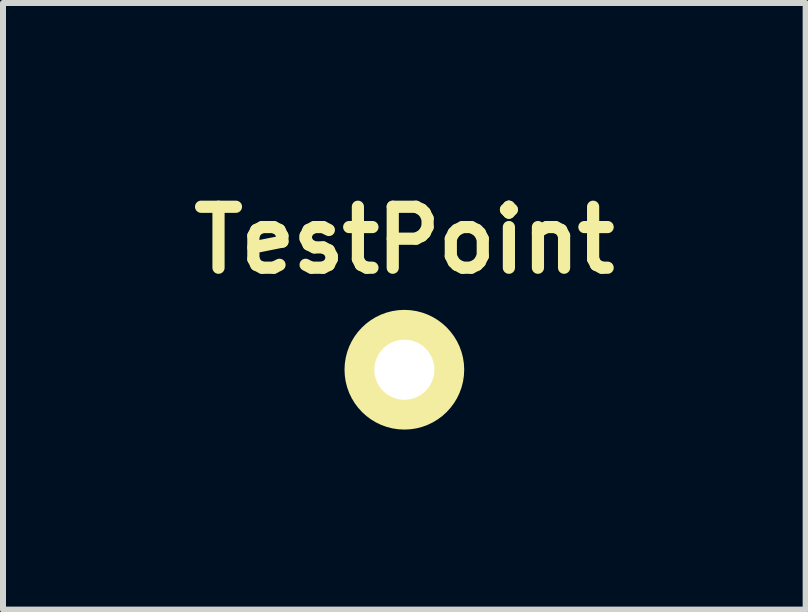
<source format=kicad_pcb>
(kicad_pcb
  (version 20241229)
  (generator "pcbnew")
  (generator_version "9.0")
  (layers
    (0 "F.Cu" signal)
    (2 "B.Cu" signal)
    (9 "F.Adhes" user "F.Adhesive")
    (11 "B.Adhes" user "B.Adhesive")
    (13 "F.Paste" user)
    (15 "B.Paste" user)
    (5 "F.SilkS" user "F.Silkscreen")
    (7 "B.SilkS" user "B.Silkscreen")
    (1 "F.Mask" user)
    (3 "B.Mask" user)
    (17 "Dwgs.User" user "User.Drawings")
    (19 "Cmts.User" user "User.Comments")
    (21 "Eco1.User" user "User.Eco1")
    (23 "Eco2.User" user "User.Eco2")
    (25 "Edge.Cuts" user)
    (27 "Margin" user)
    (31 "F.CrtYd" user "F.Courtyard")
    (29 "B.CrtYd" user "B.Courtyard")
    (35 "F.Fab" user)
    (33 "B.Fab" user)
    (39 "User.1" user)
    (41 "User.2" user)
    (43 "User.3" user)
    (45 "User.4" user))
  (footprint "TestPoint"
    (layer "F.Cu")
    (at 3.687 3.11)
    (property "Reference" "TestPoint" (at 0 -2.159 0) (layer "F.SilkS") (effects (font (size 1.016 1.016) (thickness 0.203))))
    (attr through_hole)
    (fp_circle (center 0 0) (end 0.701 -0.399) (stroke (width 0.381) (type solid)) (fill no) (layer "F.SilkS"))
    (pad "1" thru_hole circle (at 0 0) (size 1.524 1.524) (drill 1.001) (layers "*.Cu" "*.Mask" "F.SilkS")))
  (gr_rect
    (start -3 -3)
    (end 10.373 7.107)
    (stroke (width 0.1) (type default))
    (fill no)
    (layer "Edge.Cuts")))
</source>
